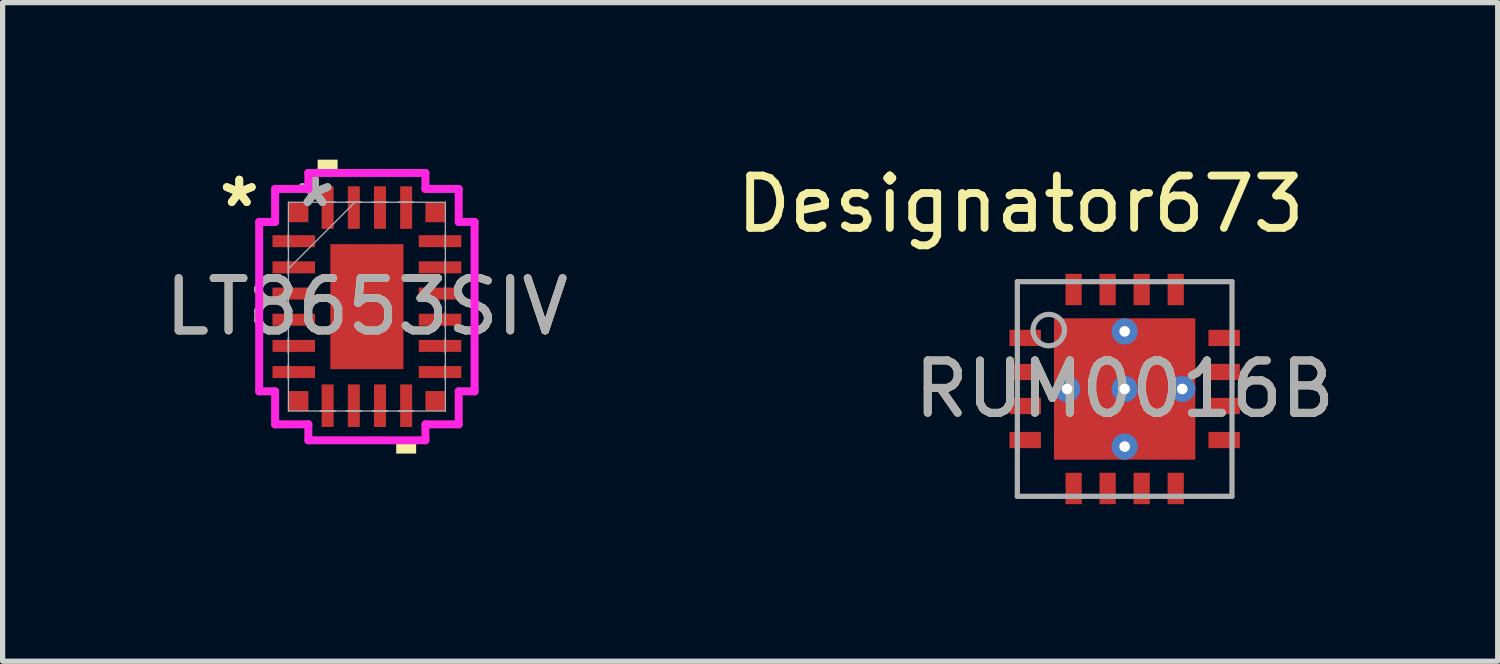
<source format=kicad_pcb>
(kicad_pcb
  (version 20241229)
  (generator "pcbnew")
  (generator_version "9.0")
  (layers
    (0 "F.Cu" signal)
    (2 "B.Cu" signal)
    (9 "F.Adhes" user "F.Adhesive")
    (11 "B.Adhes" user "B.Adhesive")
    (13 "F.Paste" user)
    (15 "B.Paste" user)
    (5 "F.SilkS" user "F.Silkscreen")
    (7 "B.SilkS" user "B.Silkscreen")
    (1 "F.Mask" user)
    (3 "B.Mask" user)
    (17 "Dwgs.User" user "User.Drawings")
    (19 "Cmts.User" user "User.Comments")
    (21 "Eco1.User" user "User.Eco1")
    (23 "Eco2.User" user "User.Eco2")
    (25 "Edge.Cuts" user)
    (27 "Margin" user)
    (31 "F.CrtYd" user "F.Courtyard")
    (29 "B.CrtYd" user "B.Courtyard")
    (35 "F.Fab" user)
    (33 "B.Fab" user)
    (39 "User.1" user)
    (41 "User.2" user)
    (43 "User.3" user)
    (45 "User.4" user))
  (footprint "LT8653SIV"
    (layer "F.Cu")
    (at 3.958 2.807)
    (property "Reference" "LT8653SIV" (at 0 0 0) (unlocked yes) (layer "F.SilkS") (effects (font (size 1 1) (thickness 0.15))))
    (attr smd)
    (fp_poly (pts (xy -0.941 -2.553) (xy -0.941 -2.807) (xy -0.56 -2.807) (xy -0.56 -2.553)) (stroke (width 0) (type solid)) (fill yes) (layer "F.SilkS"))
    (fp_poly (pts (xy 0.56 2.553) (xy 0.56 2.807) (xy 0.941 2.807) (xy 0.941 2.553)) (stroke (width 0) (type solid)) (fill yes) (layer "F.SilkS"))
    (fp_line (start -2.057 -1.618) (end -1.753 -1.618) (stroke (width 0.152) (type solid)) (layer "F.CrtYd"))
    (fp_line (start -2.057 1.618) (end -2.057 -1.618) (stroke (width 0.152) (type solid)) (layer "F.CrtYd"))
    (fp_line (start -2.057 1.618) (end -1.753 1.618) (stroke (width 0.152) (type solid)) (layer "F.CrtYd"))
    (fp_line (start -1.753 -2.248) (end -1.118 -2.248) (stroke (width 0.152) (type solid)) (layer "F.CrtYd"))
    (fp_line (start -1.753 -1.618) (end -1.753 -2.248) (stroke (width 0.152) (type solid)) (layer "F.CrtYd"))
    (fp_line (start -1.753 2.248) (end -1.753 1.618) (stroke (width 0.152) (type solid)) (layer "F.CrtYd"))
    (fp_line (start -1.118 -2.553) (end 1.118 -2.553) (stroke (width 0.152) (type solid)) (layer "F.CrtYd"))
    (fp_line (start -1.118 -2.248) (end -1.118 -2.553) (stroke (width 0.152) (type solid)) (layer "F.CrtYd"))
    (fp_line (start -1.118 2.248) (end -1.753 2.248) (stroke (width 0.152) (type solid)) (layer "F.CrtYd"))
    (fp_line (start -1.118 2.553) (end -1.118 2.248) (stroke (width 0.152) (type solid)) (layer "F.CrtYd"))
    (fp_line (start 1.118 -2.553) (end 1.118 -2.248) (stroke (width 0.152) (type solid)) (layer "F.CrtYd"))
    (fp_line (start 1.118 -2.248) (end 1.753 -2.248) (stroke (width 0.152) (type solid)) (layer "F.CrtYd"))
    (fp_line (start 1.118 2.248) (end 1.118 2.553) (stroke (width 0.152) (type solid)) (layer "F.CrtYd"))
    (fp_line (start 1.118 2.553) (end -1.118 2.553) (stroke (width 0.152) (type solid)) (layer "F.CrtYd"))
    (fp_line (start 1.753 -2.248) (end 1.753 -1.618) (stroke (width 0.152) (type solid)) (layer "F.CrtYd"))
    (fp_line (start 1.753 -1.618) (end 2.057 -1.618) (stroke (width 0.152) (type solid)) (layer "F.CrtYd"))
    (fp_line (start 1.753 1.618) (end 1.753 2.248) (stroke (width 0.152) (type solid)) (layer "F.CrtYd"))
    (fp_line (start 1.753 2.248) (end 1.118 2.248) (stroke (width 0.152) (type solid)) (layer "F.CrtYd"))
    (fp_line (start 2.057 -1.618) (end 2.057 1.618) (stroke (width 0.152) (type solid)) (layer "F.CrtYd"))
    (fp_line (start 2.057 1.618) (end 1.753 1.618) (stroke (width 0.152) (type solid)) (layer "F.CrtYd"))
    (fp_line (start -1.499 -1.994) (end -1.499 1.994) (stroke (width 0.025) (type solid)) (layer "F.Fab"))
    (fp_line (start -1.499 -1.39) (end -1.499 -1.39) (stroke (width 0.025) (type solid)) (layer "F.Fab"))
    (fp_line (start -1.499 -1.39) (end -1.499 -1.11) (stroke (width 0.025) (type solid)) (layer "F.Fab"))
    (fp_line (start -1.499 -1.11) (end -1.499 -1.39) (stroke (width 0.025) (type solid)) (layer "F.Fab"))
    (fp_line (start -1.499 -1.11) (end -1.499 -1.11) (stroke (width 0.025) (type solid)) (layer "F.Fab"))
    (fp_line (start -1.499 -0.89) (end -1.499 -0.89) (stroke (width 0.025) (type solid)) (layer "F.Fab"))
    (fp_line (start -1.499 -0.89) (end -1.499 -0.61) (stroke (width 0.025) (type solid)) (layer "F.Fab"))
    (fp_line (start -1.499 -0.724) (end -0.229 -1.994) (stroke (width 0.025) (type solid)) (layer "F.Fab"))
    (fp_line (start -1.499 -0.61) (end -1.499 -0.89) (stroke (width 0.025) (type solid)) (layer "F.Fab"))
    (fp_line (start -1.499 -0.61) (end -1.499 -0.61) (stroke (width 0.025) (type solid)) (layer "F.Fab"))
    (fp_line (start -1.499 -0.39) (end -1.499 -0.39) (stroke (width 0.025) (type solid)) (layer "F.Fab"))
    (fp_line (start -1.499 -0.39) (end -1.499 -0.11) (stroke (width 0.025) (type solid)) (layer "F.Fab"))
    (fp_line (start -1.499 -0.11) (end -1.499 -0.39) (stroke (width 0.025) (type solid)) (layer "F.Fab"))
    (fp_line (start -1.499 -0.11) (end -1.499 -0.11) (stroke (width 0.025) (type solid)) (layer "F.Fab"))
    (fp_line (start -1.499 0.11) (end -1.499 0.11) (stroke (width 0.025) (type solid)) (layer "F.Fab"))
    (fp_line (start -1.499 0.11) (end -1.499 0.39) (stroke (width 0.025) (type solid)) (layer "F.Fab"))
    (fp_line (start -1.499 0.39) (end -1.499 0.11) (stroke (width 0.025) (type solid)) (layer "F.Fab"))
    (fp_line (start -1.499 0.39) (end -1.499 0.39) (stroke (width 0.025) (type solid)) (layer "F.Fab"))
    (fp_line (start -1.499 0.61) (end -1.499 0.61) (stroke (width 0.025) (type solid)) (layer "F.Fab"))
    (fp_line (start -1.499 0.61) (end -1.499 0.89) (stroke (width 0.025) (type solid)) (layer "F.Fab"))
    (fp_line (start -1.499 0.89) (end -1.499 0.61) (stroke (width 0.025) (type solid)) (layer "F.Fab"))
    (fp_line (start -1.499 0.89) (end -1.499 0.89) (stroke (width 0.025) (type solid)) (layer "F.Fab"))
    (fp_line (start -1.499 1.11) (end -1.499 1.11) (stroke (width 0.025) (type solid)) (layer "F.Fab"))
    (fp_line (start -1.499 1.11) (end -1.499 1.39) (stroke (width 0.025) (type solid)) (layer "F.Fab"))
    (fp_line (start -1.499 1.39) (end -1.499 1.11) (stroke (width 0.025) (type solid)) (layer "F.Fab"))
    (fp_line (start -1.499 1.39) (end -1.499 1.39) (stroke (width 0.025) (type solid)) (layer "F.Fab"))
    (fp_line (start -1.499 1.994) (end 1.499 1.994) (stroke (width 0.025) (type solid)) (layer "F.Fab"))
    (fp_line (start -0.89 -1.994) (end -0.89 -1.994) (stroke (width 0.025) (type solid)) (layer "F.Fab"))
    (fp_line (start -0.89 -1.994) (end -0.61 -1.994) (stroke (width 0.025) (type solid)) (layer "F.Fab"))
    (fp_line (start -0.89 1.994) (end -0.89 1.994) (stroke (width 0.025) (type solid)) (layer "F.Fab"))
    (fp_line (start -0.89 1.994) (end -0.61 1.994) (stroke (width 0.025) (type solid)) (layer "F.Fab"))
    (fp_line (start -0.61 -1.994) (end -0.89 -1.994) (stroke (width 0.025) (type solid)) (layer "F.Fab"))
    (fp_line (start -0.61 -1.994) (end -0.61 -1.994) (stroke (width 0.025) (type solid)) (layer "F.Fab"))
    (fp_line (start -0.61 1.994) (end -0.89 1.994) (stroke (width 0.025) (type solid)) (layer "F.Fab"))
    (fp_line (start -0.61 1.994) (end -0.61 1.994) (stroke (width 0.025) (type solid)) (layer "F.Fab"))
    (fp_line (start -0.39 -1.994) (end -0.39 -1.994) (stroke (width 0.025) (type solid)) (layer "F.Fab"))
    (fp_line (start -0.39 -1.994) (end -0.11 -1.994) (stroke (width 0.025) (type solid)) (layer "F.Fab"))
    (fp_line (start -0.39 1.994) (end -0.39 1.994) (stroke (width 0.025) (type solid)) (layer "F.Fab"))
    (fp_line (start -0.39 1.994) (end -0.11 1.994) (stroke (width 0.025) (type solid)) (layer "F.Fab"))
    (fp_line (start -0.11 -1.994) (end -0.39 -1.994) (stroke (width 0.025) (type solid)) (layer "F.Fab"))
    (fp_line (start -0.11 -1.994) (end -0.11 -1.994) (stroke (width 0.025) (type solid)) (layer "F.Fab"))
    (fp_line (start -0.11 1.994) (end -0.39 1.994) (stroke (width 0.025) (type solid)) (layer "F.Fab"))
    (fp_line (start -0.11 1.994) (end -0.11 1.994) (stroke (width 0.025) (type solid)) (layer "F.Fab"))
    (fp_line (start 0.11 -1.994) (end 0.11 -1.994) (stroke (width 0.025) (type solid)) (layer "F.Fab"))
    (fp_line (start 0.11 -1.994) (end 0.39 -1.994) (stroke (width 0.025) (type solid)) (layer "F.Fab"))
    (fp_line (start 0.11 1.994) (end 0.11 1.994) (stroke (width 0.025) (type solid)) (layer "F.Fab"))
    (fp_line (start 0.11 1.994) (end 0.39 1.994) (stroke (width 0.025) (type solid)) (layer "F.Fab"))
    (fp_line (start 0.39 -1.994) (end 0.11 -1.994) (stroke (width 0.025) (type solid)) (layer "F.Fab"))
    (fp_line (start 0.39 -1.994) (end 0.39 -1.994) (stroke (width 0.025) (type solid)) (layer "F.Fab"))
    (fp_line (start 0.39 1.994) (end 0.11 1.994) (stroke (width 0.025) (type solid)) (layer "F.Fab"))
    (fp_line (start 0.39 1.994) (end 0.39 1.994) (stroke (width 0.025) (type solid)) (layer "F.Fab"))
    (fp_line (start 0.61 -1.994) (end 0.61 -1.994) (stroke (width 0.025) (type solid)) (layer "F.Fab"))
    (fp_line (start 0.61 -1.994) (end 0.89 -1.994) (stroke (width 0.025) (type solid)) (layer "F.Fab"))
    (fp_line (start 0.61 1.994) (end 0.61 1.994) (stroke (width 0.025) (type solid)) (layer "F.Fab"))
    (fp_line (start 0.61 1.994) (end 0.89 1.994) (stroke (width 0.025) (type solid)) (layer "F.Fab"))
    (fp_line (start 0.89 -1.994) (end 0.61 -1.994) (stroke (width 0.025) (type solid)) (layer "F.Fab"))
    (fp_line (start 0.89 -1.994) (end 0.89 -1.994) (stroke (width 0.025) (type solid)) (layer "F.Fab"))
    (fp_line (start 0.89 1.994) (end 0.61 1.994) (stroke (width 0.025) (type solid)) (layer "F.Fab"))
    (fp_line (start 0.89 1.994) (end 0.89 1.994) (stroke (width 0.025) (type solid)) (layer "F.Fab"))
    (fp_line (start 1.499 -1.994) (end -1.499 -1.994) (stroke (width 0.025) (type solid)) (layer "F.Fab"))
    (fp_line (start 1.499 -1.39) (end 1.499 -1.39) (stroke (width 0.025) (type solid)) (layer "F.Fab"))
    (fp_line (start 1.499 -1.39) (end 1.499 -1.11) (stroke (width 0.025) (type solid)) (layer "F.Fab"))
    (fp_line (start 1.499 -1.11) (end 1.499 -1.39) (stroke (width 0.025) (type solid)) (layer "F.Fab"))
    (fp_line (start 1.499 -1.11) (end 1.499 -1.11) (stroke (width 0.025) (type solid)) (layer "F.Fab"))
    (fp_line (start 1.499 -0.89) (end 1.499 -0.89) (stroke (width 0.025) (type solid)) (layer "F.Fab"))
    (fp_line (start 1.499 -0.89) (end 1.499 -0.61) (stroke (width 0.025) (type solid)) (layer "F.Fab"))
    (fp_line (start 1.499 -0.61) (end 1.499 -0.89) (stroke (width 0.025) (type solid)) (layer "F.Fab"))
    (fp_line (start 1.499 -0.61) (end 1.499 -0.61) (stroke (width 0.025) (type solid)) (layer "F.Fab"))
    (fp_line (start 1.499 -0.39) (end 1.499 -0.39) (stroke (width 0.025) (type solid)) (layer "F.Fab"))
    (fp_line (start 1.499 -0.39) (end 1.499 -0.11) (stroke (width 0.025) (type solid)) (layer "F.Fab"))
    (fp_line (start 1.499 -0.11) (end 1.499 -0.39) (stroke (width 0.025) (type solid)) (layer "F.Fab"))
    (fp_line (start 1.499 -0.11) (end 1.499 -0.11) (stroke (width 0.025) (type solid)) (layer "F.Fab"))
    (fp_line (start 1.499 0.11) (end 1.499 0.11) (stroke (width 0.025) (type solid)) (layer "F.Fab"))
    (fp_line (start 1.499 0.11) (end 1.499 0.39) (stroke (width 0.025) (type solid)) (layer "F.Fab"))
    (fp_line (start 1.499 0.39) (end 1.499 0.11) (stroke (width 0.025) (type solid)) (layer "F.Fab"))
    (fp_line (start 1.499 0.39) (end 1.499 0.39) (stroke (width 0.025) (type solid)) (layer "F.Fab"))
    (fp_line (start 1.499 0.61) (end 1.499 0.61) (stroke (width 0.025) (type solid)) (layer "F.Fab"))
    (fp_line (start 1.499 0.61) (end 1.499 0.89) (stroke (width 0.025) (type solid)) (layer "F.Fab"))
    (fp_line (start 1.499 0.89) (end 1.499 0.61) (stroke (width 0.025) (type solid)) (layer "F.Fab"))
    (fp_line (start 1.499 0.89) (end 1.499 0.89) (stroke (width 0.025) (type solid)) (layer "F.Fab"))
    (fp_line (start 1.499 1.11) (end 1.499 1.11) (stroke (width 0.025) (type solid)) (layer "F.Fab"))
    (fp_line (start 1.499 1.11) (end 1.499 1.39) (stroke (width 0.025) (type solid)) (layer "F.Fab"))
    (fp_line (start 1.499 1.39) (end 1.499 1.11) (stroke (width 0.025) (type solid)) (layer "F.Fab"))
    (fp_line (start 1.499 1.39) (end 1.499 1.39) (stroke (width 0.025) (type solid)) (layer "F.Fab"))
    (fp_line (start 1.499 1.994) (end 1.499 -1.994) (stroke (width 0.025) (type solid)) (layer "F.Fab"))
    (fp_text user "*" (at -2.438 -1.881 0) (layer "F.SilkS") (effects (font (size 1 1) (thickness 0.15))))
    (fp_text user "*" (at -2.438 -1.881 0) (unlocked yes) (layer "F.SilkS") (effects (font (size 1 1) (thickness 0.15))))
    (fp_text user "${REFERENCE}" (at 0 0 0) (unlocked yes) (layer "F.Fab") (effects (font (size 1 1) (thickness 0.15))))
    (fp_text user "*" (at -0.991 -1.881 0) (layer "F.Fab") (effects (font (size 1 1) (thickness 0.15))))
    (fp_text user "*" (at -0.991 -1.881 0) (unlocked yes) (layer "F.Fab") (effects (font (size 1 1) (thickness 0.15))))
    (pad "1" smd rect (at -1.397 -1.25 90) (size 0.229 0.813) (layers "F.Cu" "F.Mask" "F.Paste"))
    (pad "2" smd rect (at -1.397 -0.75 90) (size 0.229 0.813) (layers "F.Cu" "F.Mask" "F.Paste"))
    (pad "3" smd rect (at -1.397 -0.25 90) (size 0.229 0.813) (layers "F.Cu" "F.Mask" "F.Paste"))
    (pad "4" smd rect (at -1.397 0.25 90) (size 0.229 0.813) (layers "F.Cu" "F.Mask" "F.Paste"))
    (pad "5" smd rect (at -1.397 0.75 90) (size 0.229 0.813) (layers "F.Cu" "F.Mask" "F.Paste"))
    (pad "6" smd rect (at -1.397 1.25 90) (size 0.229 0.813) (layers "F.Cu" "F.Mask" "F.Paste"))
    (pad "7" smd rect (at -0.75 1.892) (size 0.229 0.813) (layers "F.Cu" "F.Mask" "F.Paste"))
    (pad "8" smd rect (at -0.25 1.892) (size 0.229 0.813) (layers "F.Cu" "F.Mask" "F.Paste"))
    (pad "9" smd rect (at 0.25 1.892) (size 0.229 0.813) (layers "F.Cu" "F.Mask" "F.Paste"))
    (pad "10" smd rect (at 0.75 1.892) (size 0.229 0.813) (layers "F.Cu" "F.Mask" "F.Paste"))
    (pad "11" smd rect (at 1.397 1.25 90) (size 0.229 0.813) (layers "F.Cu" "F.Mask" "F.Paste"))
    (pad "12" smd rect (at 1.397 0.75 90) (size 0.229 0.813) (layers "F.Cu" "F.Mask" "F.Paste"))
    (pad "13" smd rect (at 1.397 0.25 90) (size 0.229 0.813) (layers "F.Cu" "F.Mask" "F.Paste"))
    (pad "14" smd rect (at 1.397 -0.25 90) (size 0.229 0.813) (layers "F.Cu" "F.Mask" "F.Paste"))
    (pad "15" smd rect (at 1.397 -0.75 90) (size 0.229 0.813) (layers "F.Cu" "F.Mask" "F.Paste"))
    (pad "16" smd rect (at 1.397 -1.25 90) (size 0.229 0.813) (layers "F.Cu" "F.Mask" "F.Paste"))
    (pad "17" smd rect (at 0.75 -1.892) (size 0.229 0.813) (layers "F.Cu" "F.Mask" "F.Paste"))
    (pad "18" smd rect (at 0.25 -1.892) (size 0.229 0.813) (layers "F.Cu" "F.Mask" "F.Paste"))
    (pad "19" smd rect (at -0.25 -1.892) (size 0.229 0.813) (layers "F.Cu" "F.Mask" "F.Paste"))
    (pad "20" smd rect (at -0.75 -1.892) (size 0.229 0.813) (layers "F.Cu" "F.Mask" "F.Paste"))
    (pad "21" smd rect (at 0 0) (size 1.397 2.388) (layers "F.Cu" "F.Mask" "F.Paste"))
    (pad "22" smd rect (at -1.308 -1.803) (size 0.381 0.381) (layers "F.Cu" "F.Mask" "F.Paste"))
    (pad "23" smd rect (at -1.308 1.803) (size 0.381 0.381) (layers "F.Cu" "F.Mask" "F.Paste"))
    (pad "24" smd rect (at 1.308 1.803) (size 0.381 0.381) (layers "F.Cu" "F.Mask" "F.Paste"))
    (pad "25" smd rect (at 1.308 -1.803) (size 0.381 0.381) (layers "F.Cu" "F.Mask" "F.Paste")))
  (footprint "RUM0016B"
    (layer "F.Cu")
    (at 18.432 4.38)
    (property "Reference" "RUM0016B" (at 0 0 0) (unlocked yes) (layer "F.SilkS") (effects (font (size 1 1) (thickness 0.15))))
    (attr smd)
    (fp_poly (pts (xy -0.1 -0.15) (xy -0.1 -1.24) (xy -0.15 -1.29) (xy -1.24 -1.29) (xy -1.29 -1.24) (xy -1.29 -0.15) (xy -1.24 -0.1) (xy -0.15 -0.1)) (stroke (width 0) (type solid)) (fill yes) (layer "F.Paste"))
    (fp_poly (pts (xy -0.1 0.15) (xy -0.1 1.24) (xy -0.15 1.29) (xy -1.24 1.29) (xy -1.29 1.24) (xy -1.29 0.15) (xy -1.24 0.1) (xy -0.15 0.1)) (stroke (width 0) (type solid)) (fill yes) (layer "F.Paste"))
    (fp_poly (pts (xy 0.1 -0.15) (xy 0.1 -1.24) (xy 0.15 -1.29) (xy 1.24 -1.29) (xy 1.29 -1.24) (xy 1.29 -0.15) (xy 1.24 -0.1) (xy 0.15 -0.1)) (stroke (width 0) (type solid)) (fill yes) (layer "F.Paste"))
    (fp_poly (pts (xy 0.1 0.15) (xy 0.1 1.24) (xy 0.15 1.29) (xy 1.24 1.29) (xy 1.29 1.24) (xy 1.29 0.15) (xy 1.24 0.1) (xy 0.15 0.1)) (stroke (width 0) (type solid)) (fill yes) (layer "F.Paste"))
    (fp_line (start -2.05 -2.05) (end 2.05 -2.05) (stroke (width 0.1) (type solid)) (layer "F.Fab"))
    (fp_line (start -2.05 2.05) (end -2.05 -2.05) (stroke (width 0.1) (type solid)) (layer "F.Fab"))
    (fp_line (start -2.05 2.05) (end 2.05 2.05) (stroke (width 0.1) (type solid)) (layer "F.Fab"))
    (fp_line (start 2.05 2.05) (end 2.05 -2.05) (stroke (width 0.1) (type solid)) (layer "F.Fab"))
    (fp_circle (center -1.45 -1.125) (end -1.15 -1.125) (stroke (width 0.1) (type solid)) (fill no) (layer "F.Fab"))
    (fp_text user "Designator673" (at -1.986 -3.532 0) (unlocked yes) (layer "F.SilkS") (effects (font (size 1 1) (thickness 0.15))))
    (fp_text user "${REFERENCE}" (at 0 0 0) (unlocked yes) (layer "F.Fab") (effects (font (size 1 1) (thickness 0.15))))
    (pad "1" smd rect (at -1.9 -0.975 90) (size 0.31 0.6) (layers "F.Cu" "F.Mask" "F.Paste"))
    (pad "2" smd rect (at -1.9 -0.325 90) (size 0.31 0.6) (layers "F.Cu" "F.Mask" "F.Paste"))
    (pad "3" smd rect (at -1.9 0.325 90) (size 0.31 0.6) (layers "F.Cu" "F.Mask" "F.Paste"))
    (pad "4" smd rect (at -1.9 0.975 90) (size 0.31 0.6) (layers "F.Cu" "F.Mask" "F.Paste"))
    (pad "5" smd rect (at -0.975 1.9) (size 0.31 0.6) (layers "F.Cu" "F.Mask" "F.Paste"))
    (pad "6" smd rect (at -0.325 1.9) (size 0.31 0.6) (layers "F.Cu" "F.Mask" "F.Paste"))
    (pad "7" smd rect (at 0.325 1.9) (size 0.31 0.6) (layers "F.Cu" "F.Mask" "F.Paste"))
    (pad "8" smd rect (at 0.975 1.9) (size 0.31 0.6) (layers "F.Cu" "F.Mask" "F.Paste"))
    (pad "9" smd rect (at 1.9 0.975 90) (size 0.31 0.6) (layers "F.Cu" "F.Mask" "F.Paste"))
    (pad "10" smd rect (at 1.9 0.325 90) (size 0.31 0.6) (layers "F.Cu" "F.Mask" "F.Paste"))
    (pad "11" smd rect (at 1.9 -0.325 90) (size 0.31 0.6) (layers "F.Cu" "F.Mask" "F.Paste"))
    (pad "12" smd rect (at 1.9 -0.975 90) (size 0.31 0.6) (layers "F.Cu" "F.Mask" "F.Paste"))
    (pad "13" smd rect (at 0.975 -1.9) (size 0.31 0.6) (layers "F.Cu" "F.Mask" "F.Paste"))
    (pad "14" smd rect (at 0.325 -1.9) (size 0.31 0.6) (layers "F.Cu" "F.Mask" "F.Paste"))
    (pad "15" smd rect (at -0.325 -1.9) (size 0.31 0.6) (layers "F.Cu" "F.Mask" "F.Paste"))
    (pad "16" smd rect (at -0.975 -1.9) (size 0.31 0.6) (layers "F.Cu" "F.Mask" "F.Paste"))
    (pad "17" smd rect (at 0 0) (size 2.7 2.7) (layers "F.Cu" "F.Mask"))
    (pad "V" thru_hole circle (at -1.1 0) (size 0.5 0.5) (drill 0.203) (layers "*.Cu" "*.Mask"))
    (pad "V" thru_hole circle (at 0 -1.1) (size 0.5 0.5) (drill 0.203) (layers "*.Cu" "*.Mask"))
    (pad "V" thru_hole circle (at 0 0) (size 0.5 0.5) (drill 0.203) (layers "*.Cu" "*.Mask"))
    (pad "V" thru_hole circle (at 0 1.1) (size 0.5 0.5) (drill 0.203) (layers "*.Cu" "*.Mask"))
    (pad "V" thru_hole circle (at 1.1 0) (size 0.5 0.5) (drill 0.203) (layers "*.Cu" "*.Mask")))
  (gr_rect
    (start -3 -3)
    (end 25.557 9.58)
    (stroke (width 0.1) (type default))
    (fill no)
    (layer "Edge.Cuts")))
</source>
